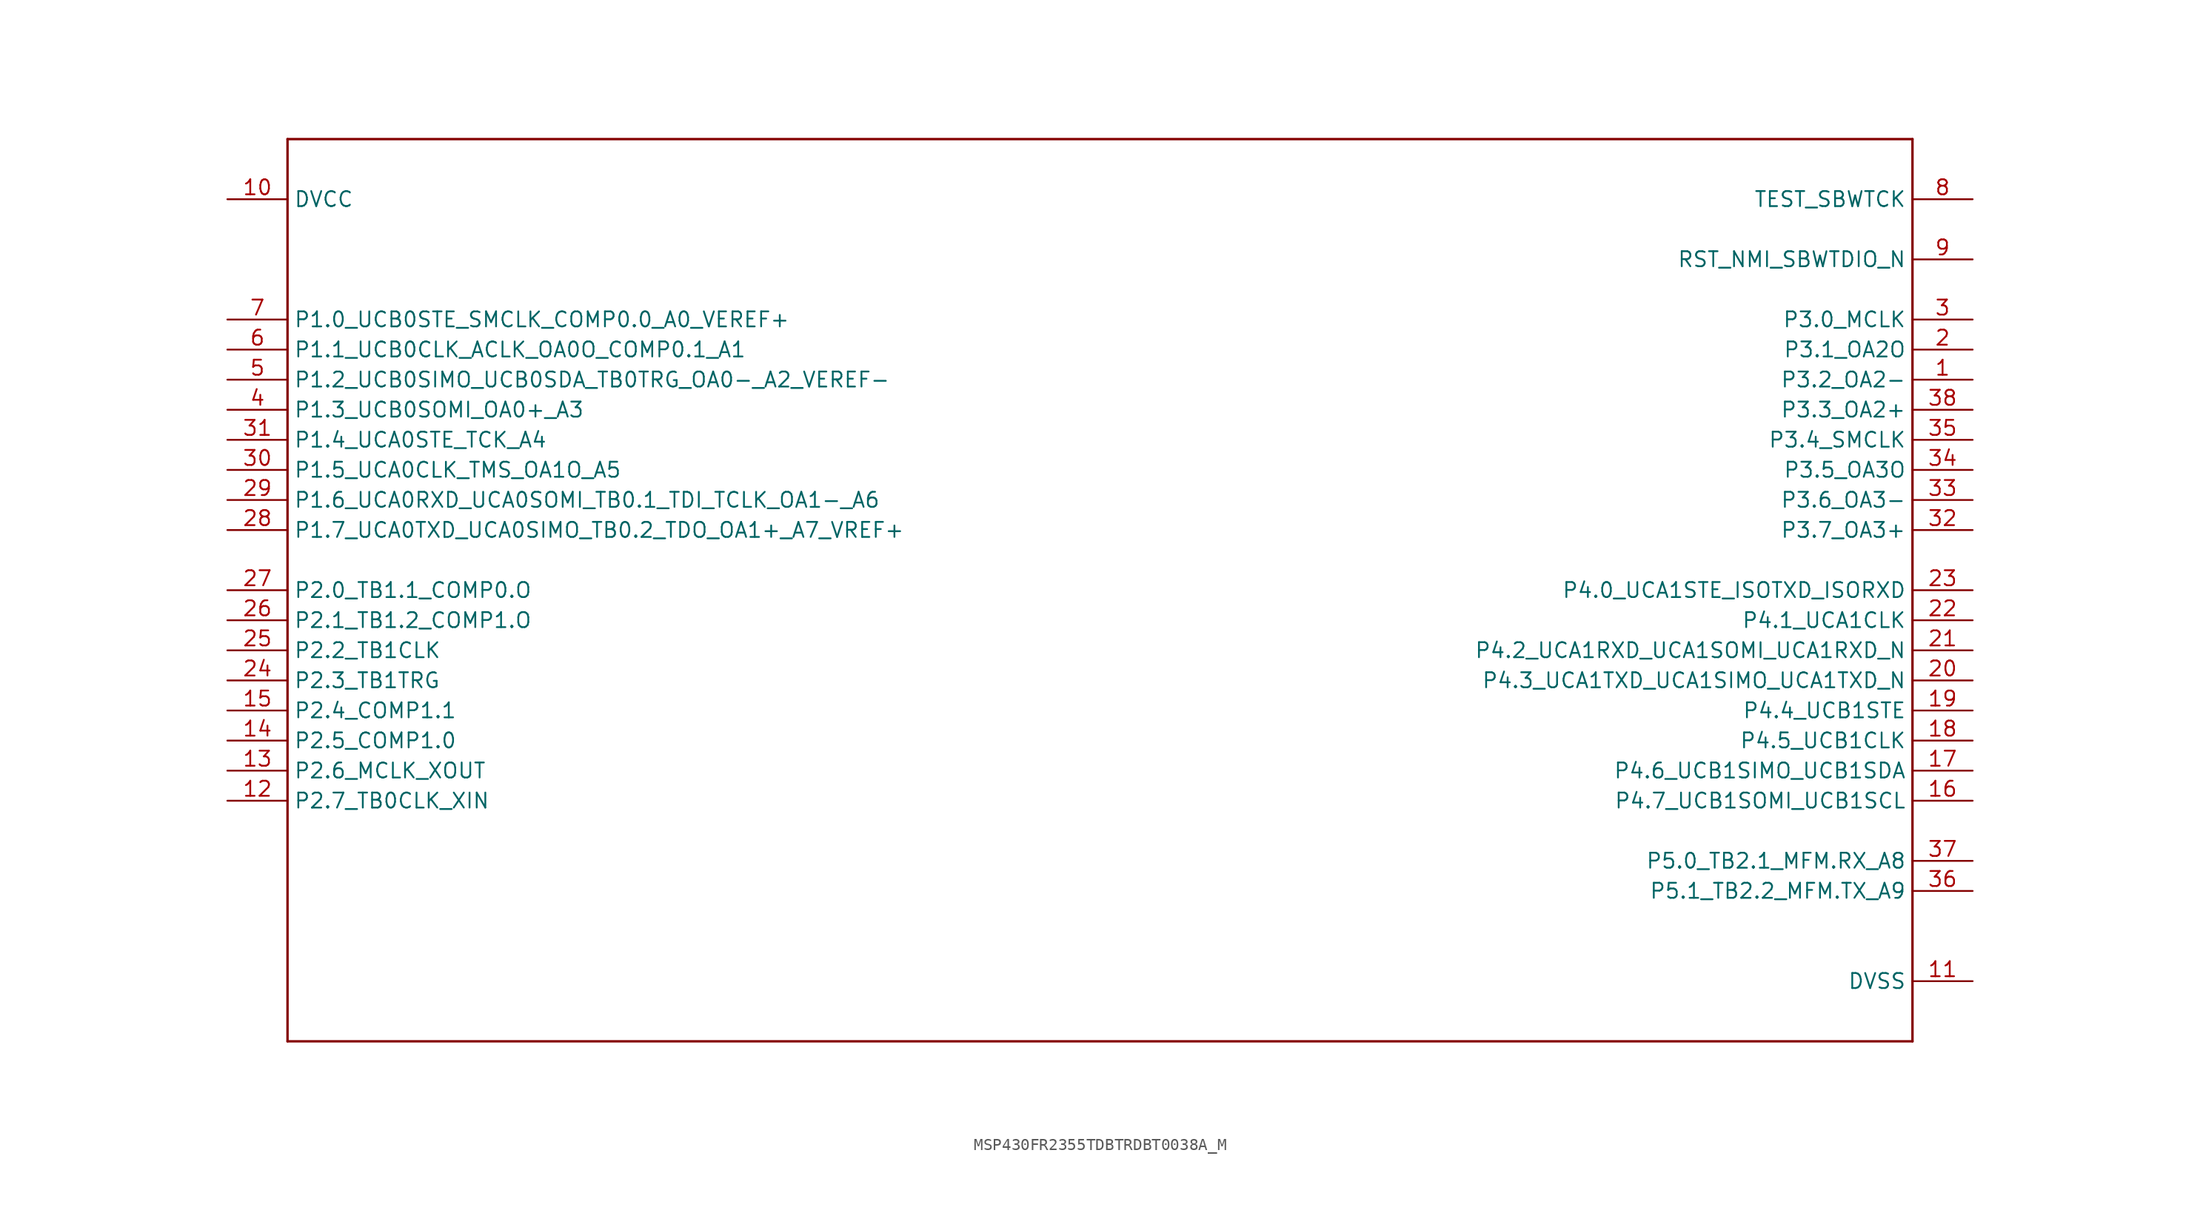
<source format=kicad_sym>
(kicad_symbol_lib
  (version 20220914)
  (generator kicad_symbol_editor)
  (symbol "MSP430FR2355TDBTRDBT0038A_M"
    (property "Reference" "U"
      (at -4.724 1.499 0)
      (effects (font (size 2.083 1.77)) (justify left bottom) hide))
    (property "ki_locked" ""
      (at 0 0 0)
      (effects (font (size 1.27 1.27))))
    (symbol "MSP430FR2355TDBTRDBT0038A_M_1_0"
      (polyline (pts (xy -68.58 -38.1) (xy 68.58 -38.1)) (stroke (width 0.203) (type solid)) (fill (type none)))
      (polyline (pts (xy -68.58 38.1) (xy -68.58 -38.1)) (stroke (width 0.203) (type solid)) (fill (type none)))
      (polyline (pts (xy 68.58 -38.1) (xy 68.58 38.1)) (stroke (width 0.203) (type solid)) (fill (type none)))
      (polyline (pts (xy 68.58 38.1) (xy -68.58 38.1)) (stroke (width 0.203) (type solid)) (fill (type none)))
      (pin bidirectional line (at 73.66 17.78 180) (length 5.08) (name "P3.2_OA2-" (effects (font (size 1.27 1.27)))) (number "1" (effects (font (size 1.27 1.27)))))
      (pin power_in line (at -73.66 33.02 0) (length 5.08) (name "DVCC" (effects (font (size 1.27 1.27)))) (number "10" (effects (font (size 1.27 1.27)))))
      (pin power_in line (at 73.66 -33.02 180) (length 5.08) (name "DVSS" (effects (font (size 1.27 1.27)))) (number "11" (effects (font (size 1.27 1.27)))))
      (pin bidirectional line (at -73.66 -17.78 0) (length 5.08) (name "P2.7_TB0CLK_XIN" (effects (font (size 1.27 1.27)))) (number "12" (effects (font (size 1.27 1.27)))))
      (pin bidirectional line (at -73.66 -15.24 0) (length 5.08) (name "P2.6_MCLK_XOUT" (effects (font (size 1.27 1.27)))) (number "13" (effects (font (size 1.27 1.27)))))
      (pin bidirectional line (at -73.66 -12.7 0) (length 5.08) (name "P2.5_COMP1.0" (effects (font (size 1.27 1.27)))) (number "14" (effects (font (size 1.27 1.27)))))
      (pin bidirectional line (at -73.66 -10.16 0) (length 5.08) (name "P2.4_COMP1.1" (effects (font (size 1.27 1.27)))) (number "15" (effects (font (size 1.27 1.27)))))
      (pin bidirectional line (at 73.66 -17.78 180) (length 5.08) (name "P4.7_UCB1SOMI_UCB1SCL" (effects (font (size 1.27 1.27)))) (number "16" (effects (font (size 1.27 1.27)))))
      (pin bidirectional line (at 73.66 -15.24 180) (length 5.08) (name "P4.6_UCB1SIMO_UCB1SDA" (effects (font (size 1.27 1.27)))) (number "17" (effects (font (size 1.27 1.27)))))
      (pin bidirectional line (at 73.66 -12.7 180) (length 5.08) (name "P4.5_UCB1CLK" (effects (font (size 1.27 1.27)))) (number "18" (effects (font (size 1.27 1.27)))))
      (pin bidirectional line (at 73.66 -10.16 180) (length 5.08) (name "P4.4_UCB1STE" (effects (font (size 1.27 1.27)))) (number "19" (effects (font (size 1.27 1.27)))))
      (pin bidirectional line (at 73.66 20.32 180) (length 5.08) (name "P3.1_OA2O" (effects (font (size 1.27 1.27)))) (number "2" (effects (font (size 1.27 1.27)))))
      (pin bidirectional line (at 73.66 -7.62 180) (length 5.08) (name "P4.3_UCA1TXD_UCA1SIMO_UCA1TXD_N" (effects (font (size 1.27 1.27)))) (number "20" (effects (font (size 1.27 1.27)))))
      (pin bidirectional line (at 73.66 -5.08 180) (length 5.08) (name "P4.2_UCA1RXD_UCA1SOMI_UCA1RXD_N" (effects (font (size 1.27 1.27)))) (number "21" (effects (font (size 1.27 1.27)))))
      (pin bidirectional line (at 73.66 -2.54 180) (length 5.08) (name "P4.1_UCA1CLK" (effects (font (size 1.27 1.27)))) (number "22" (effects (font (size 1.27 1.27)))))
      (pin bidirectional line (at 73.66 0 180) (length 5.08) (name "P4.0_UCA1STE_ISOTXD_ISORXD" (effects (font (size 1.27 1.27)))) (number "23" (effects (font (size 1.27 1.27)))))
      (pin bidirectional line (at -73.66 -7.62 0) (length 5.08) (name "P2.3_TB1TRG" (effects (font (size 1.27 1.27)))) (number "24" (effects (font (size 1.27 1.27)))))
      (pin bidirectional line (at -73.66 -5.08 0) (length 5.08) (name "P2.2_TB1CLK" (effects (font (size 1.27 1.27)))) (number "25" (effects (font (size 1.27 1.27)))))
      (pin bidirectional line (at -73.66 -2.54 0) (length 5.08) (name "P2.1_TB1.2_COMP1.O" (effects (font (size 1.27 1.27)))) (number "26" (effects (font (size 1.27 1.27)))))
      (pin bidirectional line (at -73.66 0 0) (length 5.08) (name "P2.0_TB1.1_COMP0.O" (effects (font (size 1.27 1.27)))) (number "27" (effects (font (size 1.27 1.27)))))
      (pin bidirectional line (at -73.66 5.08 0) (length 5.08) (name "P1.7_UCA0TXD_UCA0SIMO_TB0.2_TDO_OA1+_A7_VREF+" (effects (font (size 1.27 1.27)))) (number "28" (effects (font (size 1.27 1.27)))))
      (pin bidirectional line (at -73.66 7.62 0) (length 5.08) (name "P1.6_UCA0RXD_UCA0SOMI_TB0.1_TDI_TCLK_OA1-_A6" (effects (font (size 1.27 1.27)))) (number "29" (effects (font (size 1.27 1.27)))))
      (pin bidirectional line (at 73.66 22.86 180) (length 5.08) (name "P3.0_MCLK" (effects (font (size 1.27 1.27)))) (number "3" (effects (font (size 1.27 1.27)))))
      (pin bidirectional line (at -73.66 10.16 0) (length 5.08) (name "P1.5_UCA0CLK_TMS_OA1O_A5" (effects (font (size 1.27 1.27)))) (number "30" (effects (font (size 1.27 1.27)))))
      (pin bidirectional line (at -73.66 12.7 0) (length 5.08) (name "P1.4_UCA0STE_TCK_A4" (effects (font (size 1.27 1.27)))) (number "31" (effects (font (size 1.27 1.27)))))
      (pin bidirectional line (at 73.66 5.08 180) (length 5.08) (name "P3.7_OA3+" (effects (font (size 1.27 1.27)))) (number "32" (effects (font (size 1.27 1.27)))))
      (pin bidirectional line (at 73.66 7.62 180) (length 5.08) (name "P3.6_OA3-" (effects (font (size 1.27 1.27)))) (number "33" (effects (font (size 1.27 1.27)))))
      (pin bidirectional line (at 73.66 10.16 180) (length 5.08) (name "P3.5_OA3O" (effects (font (size 1.27 1.27)))) (number "34" (effects (font (size 1.27 1.27)))))
      (pin bidirectional line (at 73.66 12.7 180) (length 5.08) (name "P3.4_SMCLK" (effects (font (size 1.27 1.27)))) (number "35" (effects (font (size 1.27 1.27)))))
      (pin bidirectional line (at 73.66 -25.4 180) (length 5.08) (name "P5.1_TB2.2_MFM.TX_A9" (effects (font (size 1.27 1.27)))) (number "36" (effects (font (size 1.27 1.27)))))
      (pin bidirectional line (at 73.66 -22.86 180) (length 5.08) (name "P5.0_TB2.1_MFM.RX_A8" (effects (font (size 1.27 1.27)))) (number "37" (effects (font (size 1.27 1.27)))))
      (pin bidirectional line (at 73.66 15.24 180) (length 5.08) (name "P3.3_OA2+" (effects (font (size 1.27 1.27)))) (number "38" (effects (font (size 1.27 1.27)))))
      (pin bidirectional line (at -73.66 15.24 0) (length 5.08) (name "P1.3_UCB0SOMI_OA0+_A3" (effects (font (size 1.27 1.27)))) (number "4" (effects (font (size 1.27 1.27)))))
      (pin bidirectional line (at -73.66 17.78 0) (length 5.08) (name "P1.2_UCB0SIMO_UCB0SDA_TB0TRG_OA0-_A2_VEREF-" (effects (font (size 1.27 1.27)))) (number "5" (effects (font (size 1.27 1.27)))))
      (pin bidirectional line (at -73.66 20.32 0) (length 5.08) (name "P1.1_UCB0CLK_ACLK_OA0O_COMP0.1_A1" (effects (font (size 1.27 1.27)))) (number "6" (effects (font (size 1.27 1.27)))))
      (pin bidirectional line (at -73.66 22.86 0) (length 5.08) (name "P1.0_UCB0STE_SMCLK_COMP0.0_A0_VEREF+" (effects (font (size 1.27 1.27)))) (number "7" (effects (font (size 1.27 1.27)))))
      (pin input line (at 73.66 33.02 180) (length 5.08) (name "TEST_SBWTCK" (effects (font (size 1.27 1.27)))) (number "8" (effects (font (size 1.27 1.27)))))
      (pin bidirectional line (at 73.66 27.94 180) (length 5.08) (name "RST_NMI_SBWTDIO_N" (effects (font (size 1.27 1.27)))) (number "9" (effects (font (size 1.27 1.27))))))))
</source>
